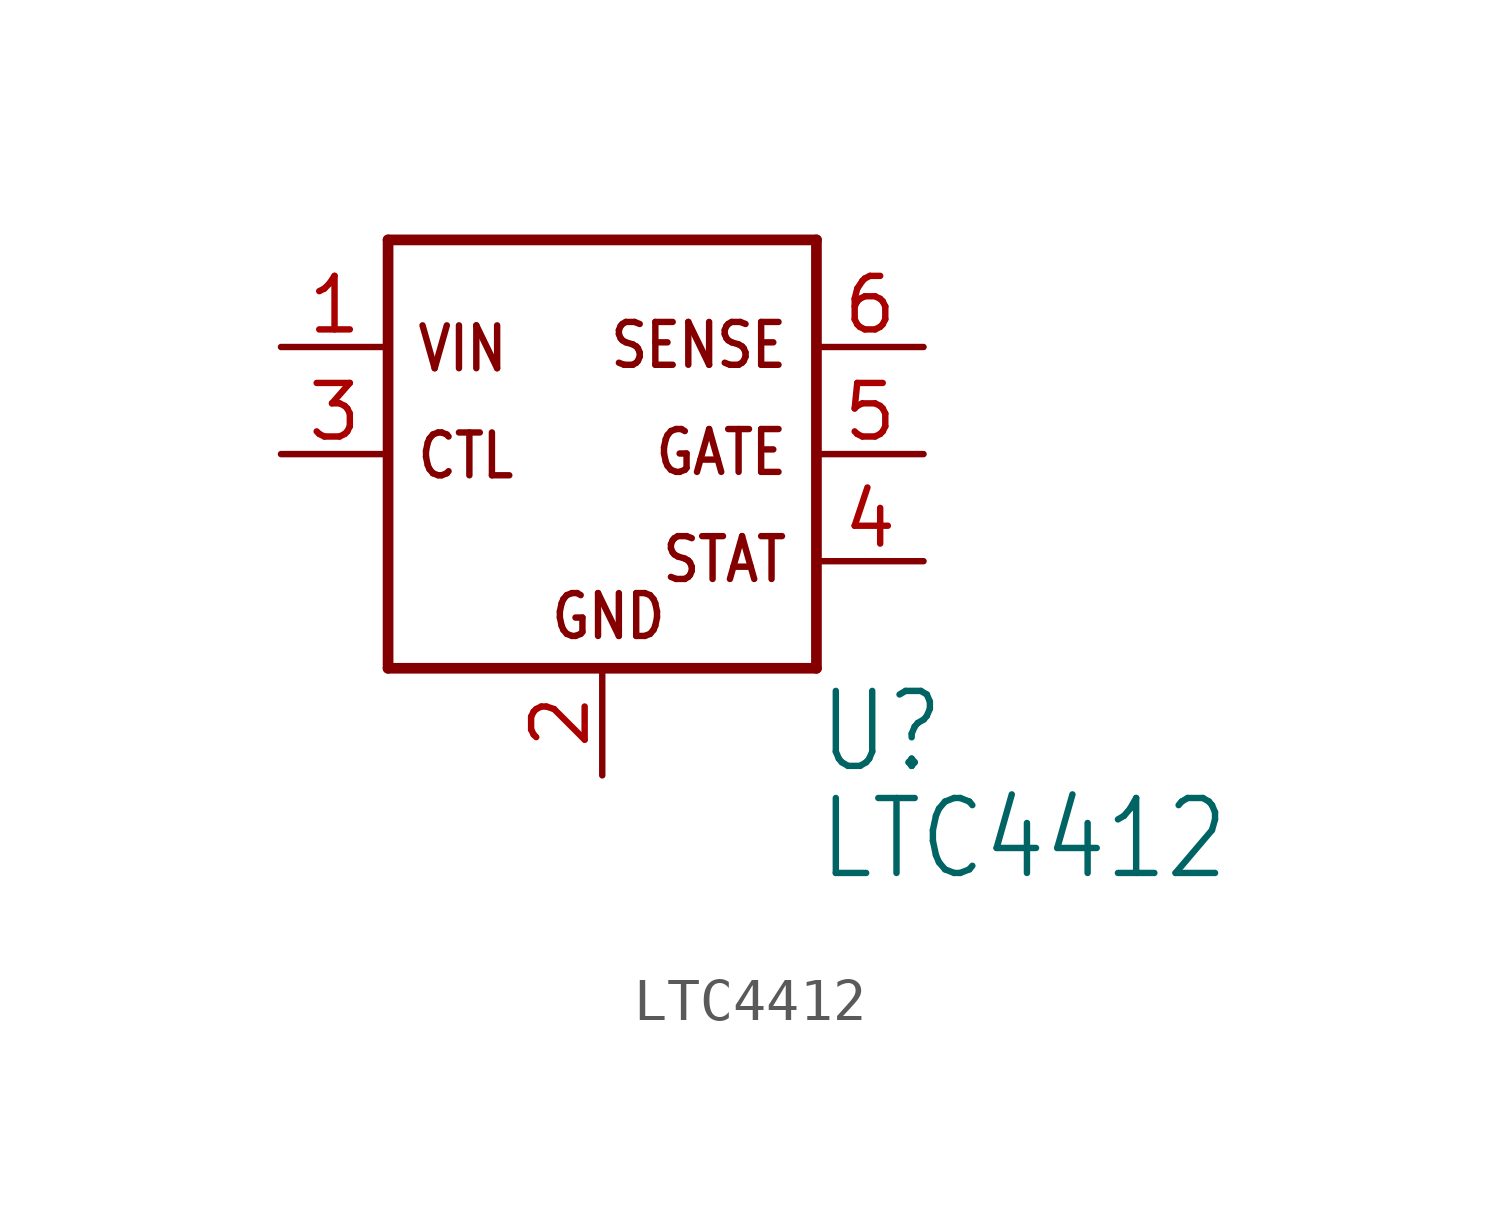
<source format=kicad_sym>
(kicad_symbol_lib
  (version 20211014)
  (generator kicad_symbol_editor)
  (symbol "LTC4412"
    (property "Reference" "U"
      (at 5.08 -7.62 0)
      (effects (font (size 1.778 1.511)) (justify left bottom)))
    (property "Value" "LTC4412"
      (at 5.08 -10.16 0)
      (effects (font (size 1.778 1.511)) (justify left bottom)))
    (property "ki_locked" ""
      (at 0 0 0)
      (effects (font (size 1.27 1.27))))
    (symbol "LTC4412_1_0"
      (polyline (pts (xy -5.08 -5.08) (xy -5.08 5.08)) (stroke (width 0.254) (type default) (color 0 0 0 0)) (fill (type none)))
      (polyline (pts (xy -5.08 5.08) (xy 5.08 5.08)) (stroke (width 0.254) (type default) (color 0 0 0 0)) (fill (type none)))
      (polyline (pts (xy 5.08 -5.08) (xy -5.08 -5.08)) (stroke (width 0.254) (type default) (color 0 0 0 0)) (fill (type none)))
      (polyline (pts (xy 5.08 5.08) (xy 5.08 -5.08)) (stroke (width 0.254) (type default) (color 0 0 0 0)) (fill (type none)))
      (text "CTL" (at -4.445 -0.635 0) (effects (font (size 1.016 0.864)) (justify left bottom)))
      (text "GATE" (at 4.445 0.635 0) (effects (font (size 1.016 0.864)) (justify right top)))
      (text "GND" (at -1.27 -4.445 0) (effects (font (size 1.016 0.864)) (justify left bottom)))
      (text "SENSE" (at 4.445 3.175 0) (effects (font (size 1.016 0.864)) (justify right top)))
      (text "STAT" (at 4.445 -1.905 0) (effects (font (size 1.016 0.864)) (justify right top)))
      (text "VIN" (at -4.445 1.905 0) (effects (font (size 1.016 0.864)) (justify left bottom)))
      (pin power_in line (at -7.62 2.54 0) (length 2.54) (name "VIN" (effects (font (size 0 0)))) (number "1" (effects (font (size 1.27 1.27)))))
      (pin power_in line (at 0 -7.62 90) (length 2.54) (name "GND" (effects (font (size 0 0)))) (number "2" (effects (font (size 1.27 1.27)))))
      (pin input line (at -7.62 0 0) (length 2.54) (name "CTL" (effects (font (size 0 0)))) (number "3" (effects (font (size 1.27 1.27)))))
      (pin open_collector line (at 7.62 -2.54 180) (length 2.54) (name "STAT" (effects (font (size 0 0)))) (number "4" (effects (font (size 1.27 1.27)))))
      (pin output line (at 7.62 0 180) (length 2.54) (name "GATE" (effects (font (size 0 0)))) (number "5" (effects (font (size 1.27 1.27)))))
      (pin input line (at 7.62 2.54 180) (length 2.54) (name "SENSE" (effects (font (size 0 0)))) (number "6" (effects (font (size 1.27 1.27))))))))
</source>
